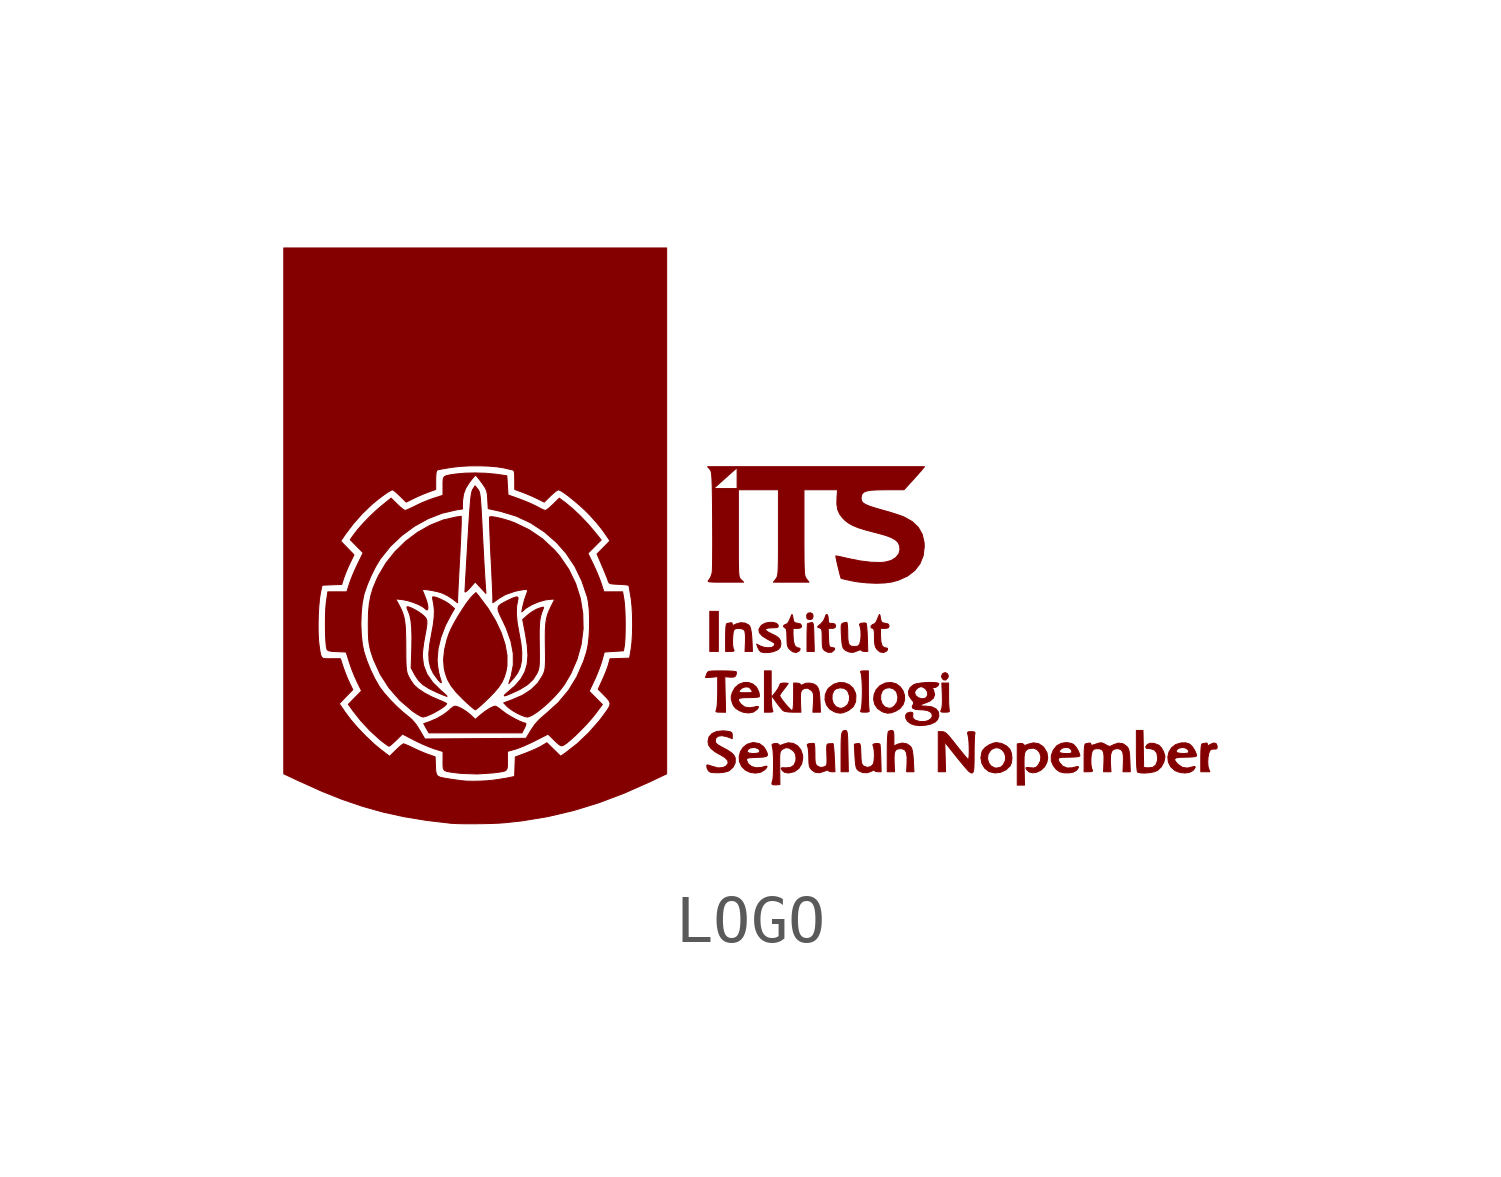
<source format=kicad_sym>
(kicad_symbol_lib
  (version 20231120)
  (generator "kicad_symbol_editor")
  (generator_version "8.0")
  (symbol "LOGO"
    (pin_names
      (offset 1.016))
    (property "Reference" "#G"
      (at 0 5.415 0)
      (effects (font (size 1.27 1.27)) (hide yes)))
    (symbol "LOGO_0_0"
      (polyline (pts (xy -0.676 -2.004) (xy -0.676 -1.583) (xy -0.766 -1.583) (xy -0.855 -1.583) (xy -0.855 -2.004) (xy -0.855 -2.425) (xy -0.766 -2.425) (xy -0.676 -2.425) (xy -0.676 -2.004)) (stroke (width 0.01) (type default)) (fill (type outline)))
      (polyline (pts (xy 1.301 -1.737) (xy 1.315 -1.685) (xy 1.303 -1.635) (xy 1.257 -1.613) (xy 1.209 -1.621) (xy 1.179 -1.662) (xy 1.184 -1.725) (xy 1.203 -1.748) (xy 1.257 -1.757) (xy 1.301 -1.737)) (stroke (width 0.01) (type default)) (fill (type outline)))
      (polyline (pts (xy 4.146 -2.979) (xy 4.156 -2.935) (xy 4.135 -2.892) (xy 4.093 -2.87) (xy 4.047 -2.884) (xy 4.031 -2.899) (xy 4.01 -2.953) (xy 4.039 -3.007) (xy 4.056 -3.022) (xy 4.101 -3.026) (xy 4.146 -2.979)) (stroke (width 0.01) (type default)) (fill (type outline)))
      (polyline (pts (xy 0.455 -3.698) (xy 0.472 -3.684) (xy 0.46 -3.652) (xy 0.457 -3.642) (xy 0.448 -3.583) (xy 0.44 -3.486) (xy 0.436 -3.361) (xy 0.434 -3.218) (xy 0.434 -2.834) (xy 0.364 -2.834) (xy 0.293 -2.834) (xy 0.293 -3.268) (xy 0.293 -3.701) (xy 0.39 -3.701) (xy 0.398 -3.701) (xy 0.455 -3.698)) (stroke (width 0.01) (type default)) (fill (type outline)))
      (polyline (pts (xy 1.332 -2.116) (xy 1.329 -1.995) (xy 1.325 -1.905) (xy 1.318 -1.851) (xy 1.308 -1.825) (xy 1.292 -1.818) (xy 1.268 -1.822) (xy 1.232 -1.831) (xy 1.2 -1.838) (xy 1.195 -1.859) (xy 1.191 -1.922) (xy 1.188 -2.016) (xy 1.187 -2.131) (xy 1.187 -2.425) (xy 1.264 -2.425) (xy 1.34 -2.425) (xy 1.332 -2.116)) (stroke (width 0.01) (type default)) (fill (type outline)))
      (polyline (pts (xy 2.047 -4.518) (xy 2.046 -4.455) (xy 2.043 -4.313) (xy 2.039 -4.212) (xy 2.033 -4.146) (xy 2.024 -4.107) (xy 2.012 -4.089) (xy 1.996 -4.085) (xy 1.972 -4.087) (xy 1.944 -4.098) (xy 1.925 -4.125) (xy 1.913 -4.176) (xy 1.906 -4.257) (xy 1.903 -4.375) (xy 1.902 -4.538) (xy 1.902 -4.952) (xy 1.978 -4.952) (xy 2.055 -4.952) (xy 2.047 -4.518)) (stroke (width 0.01) (type default)) (fill (type outline)))
      (polyline (pts (xy 4.146 -3.699) (xy 4.177 -3.687) (xy 4.176 -3.661) (xy 4.172 -3.637) (xy 4.166 -3.568) (xy 4.162 -3.47) (xy 4.161 -3.355) (xy 4.161 -3.089) (xy 4.09 -3.089) (xy 4.019 -3.089) (xy 4.029 -3.341) (xy 4.029 -3.346) (xy 4.031 -3.486) (xy 4.024 -3.588) (xy 4.01 -3.647) (xy 4.002 -3.662) (xy 3.996 -3.689) (xy 4.021 -3.7) (xy 4.086 -3.701) (xy 4.146 -3.699)) (stroke (width 0.01) (type default)) (fill (type outline)))
      (polyline (pts (xy 2.461 -3.699) (xy 2.492 -3.687) (xy 2.492 -3.661) (xy 2.489 -3.647) (xy 2.484 -3.586) (xy 2.48 -3.489) (xy 2.477 -3.366) (xy 2.476 -3.227) (xy 2.476 -2.834) (xy 2.386 -2.834) (xy 2.329 -2.836) (xy 2.31 -2.85) (xy 2.322 -2.883) (xy 2.324 -2.886) (xy 2.333 -2.936) (xy 2.341 -3.023) (xy 2.347 -3.138) (xy 2.349 -3.268) (xy 2.349 -3.286) (xy 2.346 -3.415) (xy 2.34 -3.526) (xy 2.332 -3.609) (xy 2.322 -3.652) (xy 2.317 -3.662) (xy 2.311 -3.688) (xy 2.336 -3.699) (xy 2.401 -3.701) (xy 2.461 -3.699)) (stroke (width 0.01) (type default)) (fill (type outline)))
      (polyline (pts (xy 9.619 -4.873) (xy 9.61 -4.838) (xy 9.604 -4.747) (xy 9.61 -4.648) (xy 9.627 -4.559) (xy 9.653 -4.501) (xy 9.684 -4.481) (xy 9.744 -4.474) (xy 9.758 -4.477) (xy 9.794 -4.469) (xy 9.803 -4.425) (xy 9.802 -4.413) (xy 9.78 -4.361) (xy 9.731 -4.348) (xy 9.662 -4.376) (xy 9.624 -4.399) (xy 9.602 -4.402) (xy 9.598 -4.376) (xy 9.592 -4.352) (xy 9.558 -4.35) (xy 9.537 -4.356) (xy 9.488 -4.365) (xy 9.476 -4.376) (xy 9.466 -4.426) (xy 9.46 -4.519) (xy 9.458 -4.659) (xy 9.458 -4.952) (xy 9.552 -4.952) (xy 9.647 -4.952) (xy 9.619 -4.873)) (stroke (width 0.01) (type default)) (fill (type outline)))
      (polyline (pts (xy -4.979 -2.992) (xy -4.97 -2.983) (xy -4.89 -2.873) (xy -4.836 -2.752) (xy -4.808 -2.612) (xy -4.804 -2.448) (xy -4.823 -2.252) (xy -4.866 -2.016) (xy -4.901 -1.82) (xy -4.918 -1.635) (xy -4.913 -1.476) (xy -4.886 -1.334) (xy -4.882 -1.313) (xy -4.888 -1.284) (xy -4.923 -1.28) (xy -4.991 -1.303) (xy -5.098 -1.353) (xy -5.153 -1.381) (xy -5.237 -1.427) (xy -5.287 -1.468) (xy -5.305 -1.516) (xy -5.295 -1.58) (xy -5.258 -1.669) (xy -5.196 -1.794) (xy -5.127 -1.943) (xy -5.031 -2.213) (xy -4.983 -2.468) (xy -4.982 -2.71) (xy -5.027 -2.94) (xy -5.077 -3.102) (xy -4.979 -2.992)) (stroke (width 0.01) (type default)) (fill (type outline)))
      (polyline (pts (xy -0.532 -3.329) (xy -0.54 -2.957) (xy -0.432 -2.965) (xy -0.37 -2.966) (xy -0.327 -2.954) (xy -0.305 -2.922) (xy -0.297 -2.89) (xy -0.298 -2.853) (xy -0.323 -2.846) (xy -0.389 -2.839) (xy -0.485 -2.835) (xy -0.602 -2.834) (xy -0.709 -2.834) (xy -0.8 -2.836) (xy -0.857 -2.841) (xy -0.89 -2.852) (xy -0.907 -2.871) (xy -0.92 -2.899) (xy -0.936 -2.945) (xy -0.945 -2.972) (xy -0.936 -2.974) (xy -0.89 -2.973) (xy -0.817 -2.967) (xy -0.689 -2.955) (xy -0.689 -3.279) (xy -0.689 -3.288) (xy -0.692 -3.415) (xy -0.697 -3.526) (xy -0.706 -3.608) (xy -0.716 -3.652) (xy -0.722 -3.664) (xy -0.726 -3.689) (xy -0.7 -3.699) (xy -0.633 -3.701) (xy -0.523 -3.702) (xy -0.532 -3.329)) (stroke (width 0.01) (type default)) (fill (type outline)))
      (polyline (pts (xy -6.494 -3.074) (xy -6.504 -3.029) (xy -6.526 -2.96) (xy -6.547 -2.878) (xy -6.567 -2.768) (xy -6.579 -2.654) (xy -6.582 -2.59) (xy -6.562 -2.365) (xy -6.503 -2.124) (xy -6.407 -1.874) (xy -6.275 -1.625) (xy -6.216 -1.526) (xy -6.315 -1.441) (xy -6.344 -1.418) (xy -6.416 -1.374) (xy -6.499 -1.332) (xy -6.579 -1.298) (xy -6.642 -1.279) (xy -6.676 -1.281) (xy -6.677 -1.286) (xy -6.675 -1.326) (xy -6.662 -1.392) (xy -6.653 -1.438) (xy -6.64 -1.562) (xy -6.644 -1.706) (xy -6.665 -1.878) (xy -6.704 -2.088) (xy -6.739 -2.285) (xy -6.757 -2.472) (xy -6.751 -2.629) (xy -6.718 -2.766) (xy -6.659 -2.89) (xy -6.571 -3.01) (xy -6.554 -3.03) (xy -6.515 -3.07) (xy -6.495 -3.083) (xy -6.494 -3.074)) (stroke (width 0.01) (type default)) (fill (type outline)))
      (polyline (pts (xy -4.748 -4.033) (xy -4.73 -3.996) (xy -4.715 -3.947) (xy -4.729 -3.931) (xy -4.767 -3.923) (xy -4.845 -3.892) (xy -4.941 -3.845) (xy -5.043 -3.788) (xy -5.138 -3.729) (xy -5.212 -3.674) (xy -5.269 -3.629) (xy -5.327 -3.589) (xy -5.36 -3.574) (xy -5.401 -3.583) (xy -5.478 -3.621) (xy -5.571 -3.681) (xy -5.667 -3.756) (xy -5.781 -3.853) (xy -5.871 -3.767) (xy -5.881 -3.757) (xy -5.965 -3.69) (xy -6.057 -3.631) (xy -6.142 -3.59) (xy -6.205 -3.574) (xy -6.208 -3.574) (xy -6.253 -3.594) (xy -6.306 -3.638) (xy -6.344 -3.675) (xy -6.457 -3.759) (xy -6.593 -3.836) (xy -6.731 -3.896) (xy -6.864 -3.942) (xy -6.81 -4.039) (xy -6.755 -4.136) (xy -5.778 -4.136) (xy -4.8 -4.136) (xy -4.748 -4.033)) (stroke (width 0.01) (type default)) (fill (type outline)))
      (polyline (pts (xy 3.017 -4.747) (xy 3.015 -4.644) (xy 3.023 -4.554) (xy 3.046 -4.501) (xy 3.09 -4.474) (xy 3.156 -4.467) (xy 3.186 -4.47) (xy 3.241 -4.494) (xy 3.275 -4.55) (xy 3.289 -4.643) (xy 3.288 -4.78) (xy 3.279 -4.952) (xy 3.356 -4.952) (xy 3.433 -4.952) (xy 3.421 -4.713) (xy 3.414 -4.616) (xy 3.402 -4.522) (xy 3.385 -4.46) (xy 3.361 -4.42) (xy 3.288 -4.368) (xy 3.19 -4.349) (xy 3.089 -4.374) (xy 3.012 -4.412) (xy 3.012 -4.248) (xy 3.011 -4.183) (xy 3.006 -4.121) (xy 2.992 -4.092) (xy 2.968 -4.085) (xy 2.944 -4.087) (xy 2.897 -4.104) (xy 2.893 -4.111) (xy 2.885 -4.161) (xy 2.878 -4.253) (xy 2.873 -4.381) (xy 2.872 -4.538) (xy 2.872 -4.952) (xy 2.948 -4.952) (xy 3.025 -4.952) (xy 3.017 -4.747)) (stroke (width 0.01) (type default)) (fill (type outline)))
      (polyline (pts (xy -5.776 -3.65) (xy -5.742 -3.626) (xy -5.681 -3.575) (xy -5.601 -3.502) (xy -5.509 -3.414) (xy -5.389 -3.292) (xy -5.289 -3.175) (xy -5.218 -3.066) (xy -5.168 -2.954) (xy -5.132 -2.828) (xy -5.115 -2.727) (xy -5.114 -2.511) (xy -5.156 -2.277) (xy -5.237 -2.031) (xy -5.357 -1.777) (xy -5.514 -1.52) (xy -5.705 -1.264) (xy -5.767 -1.189) (xy -5.835 -1.252) (xy -5.889 -1.312) (xy -5.965 -1.412) (xy -6.049 -1.537) (xy -6.135 -1.674) (xy -6.216 -1.812) (xy -6.283 -1.939) (xy -6.33 -2.045) (xy -6.374 -2.172) (xy -6.426 -2.39) (xy -6.447 -2.596) (xy -6.434 -2.776) (xy -6.411 -2.878) (xy -6.362 -3.017) (xy -6.287 -3.147) (xy -6.183 -3.28) (xy -6.04 -3.427) (xy -6.031 -3.436) (xy -5.942 -3.519) (xy -5.864 -3.588) (xy -5.808 -3.634) (xy -5.779 -3.651) (xy -5.776 -3.65)) (stroke (width 0.01) (type default)) (fill (type outline)))
      (polyline (pts (xy 5.254 -4.964) (xy 5.366 -4.912) (xy 5.454 -4.827) (xy 5.48 -4.765) (xy 5.492 -4.666) (xy 5.48 -4.563) (xy 5.447 -4.479) (xy 5.376 -4.409) (xy 5.276 -4.359) (xy 5.169 -4.34) (xy 5.114 -4.347) (xy 5.019 -4.384) (xy 4.932 -4.441) (xy 4.875 -4.506) (xy 4.86 -4.54) (xy 4.839 -4.656) (xy 4.841 -4.673) (xy 4.978 -4.673) (xy 4.99 -4.584) (xy 5.04 -4.505) (xy 5.072 -4.478) (xy 5.149 -4.447) (xy 5.223 -4.455) (xy 5.287 -4.494) (xy 5.335 -4.557) (xy 5.359 -4.636) (xy 5.352 -4.722) (xy 5.308 -4.809) (xy 5.251 -4.859) (xy 5.169 -4.876) (xy 5.123 -4.87) (xy 5.049 -4.829) (xy 4.999 -4.759) (xy 4.978 -4.673) (xy 4.841 -4.673) (xy 4.859 -4.772) (xy 4.916 -4.873) (xy 5.006 -4.946) (xy 5.018 -4.951) (xy 5.133 -4.978) (xy 5.254 -4.964)) (stroke (width 0.01) (type default)) (fill (type outline)))
      (polyline (pts (xy -5.126 -3.349) (xy -5.041 -3.314) (xy -4.913 -3.256) (xy -4.835 -3.218) (xy -4.682 -3.122) (xy -4.569 -3.015) (xy -4.488 -2.89) (xy -4.485 -2.882) (xy -4.465 -2.839) (xy -4.451 -2.796) (xy -4.441 -2.744) (xy -4.436 -2.676) (xy -4.434 -2.582) (xy -4.434 -2.455) (xy -4.436 -2.285) (xy -4.438 -2.158) (xy -4.438 -1.997) (xy -4.433 -1.871) (xy -4.424 -1.771) (xy -4.408 -1.686) (xy -4.385 -1.608) (xy -4.353 -1.526) (xy -4.347 -1.509) (xy -4.351 -1.495) (xy -4.382 -1.499) (xy -4.451 -1.522) (xy -4.496 -1.54) (xy -4.591 -1.594) (xy -4.677 -1.658) (xy -4.785 -1.755) (xy -4.729 -2.047) (xy -4.689 -2.297) (xy -4.675 -2.511) (xy -4.691 -2.695) (xy -4.739 -2.856) (xy -4.82 -3.001) (xy -4.936 -3.138) (xy -5.091 -3.274) (xy -5.135 -3.31) (xy -5.171 -3.346) (xy -5.169 -3.359) (xy -5.126 -3.349)) (stroke (width 0.01) (type default)) (fill (type outline)))
      (polyline (pts (xy 1.016 -2.42) (xy 1.039 -2.392) (xy 1.04 -2.36) (xy 0.995 -2.349) (xy 0.974 -2.345) (xy 0.929 -2.303) (xy 0.902 -2.214) (xy 0.893 -2.079) (xy 0.893 -1.94) (xy 0.983 -1.94) (xy 1.021 -1.939) (xy 1.062 -1.925) (xy 1.072 -1.891) (xy 1.071 -1.88) (xy 1.05 -1.848) (xy 0.989 -1.833) (xy 0.98 -1.832) (xy 0.93 -1.821) (xy 0.905 -1.789) (xy 0.892 -1.723) (xy 0.882 -1.667) (xy 0.871 -1.649) (xy 0.858 -1.672) (xy 0.823 -1.759) (xy 0.795 -1.814) (xy 0.77 -1.843) (xy 0.74 -1.856) (xy 0.704 -1.873) (xy 0.692 -1.903) (xy 0.728 -1.931) (xy 0.737 -1.936) (xy 0.754 -1.967) (xy 0.763 -2.031) (xy 0.766 -2.135) (xy 0.766 -2.139) (xy 0.768 -2.24) (xy 0.777 -2.305) (xy 0.795 -2.349) (xy 0.829 -2.388) (xy 0.885 -2.431) (xy 0.956 -2.449) (xy 1.016 -2.42)) (stroke (width 0.01) (type default)) (fill (type outline)))
      (polyline (pts (xy 1.949 -3.712) (xy 2.034 -3.677) (xy 2.064 -3.662) (xy 2.158 -3.585) (xy 2.208 -3.481) (xy 2.214 -3.351) (xy 2.204 -3.298) (xy 2.153 -3.195) (xy 2.072 -3.123) (xy 1.972 -3.083) (xy 1.861 -3.079) (xy 1.75 -3.113) (xy 1.649 -3.189) (xy 1.617 -3.227) (xy 1.571 -3.332) (xy 1.566 -3.429) (xy 1.712 -3.429) (xy 1.714 -3.334) (xy 1.75 -3.248) (xy 1.801 -3.208) (xy 1.879 -3.19) (xy 1.96 -3.199) (xy 2.022 -3.236) (xy 2.049 -3.273) (xy 2.08 -3.364) (xy 2.076 -3.458) (xy 2.042 -3.541) (xy 1.976 -3.596) (xy 1.921 -3.618) (xy 1.878 -3.619) (xy 1.821 -3.599) (xy 1.791 -3.582) (xy 1.738 -3.517) (xy 1.712 -3.429) (xy 1.566 -3.429) (xy 1.565 -3.442) (xy 1.597 -3.548) (xy 1.664 -3.636) (xy 1.762 -3.694) (xy 1.815 -3.711) (xy 1.884 -3.722) (xy 1.949 -3.712)) (stroke (width 0.01) (type default)) (fill (type outline)))
      (polyline (pts (xy 2.956 -3.715) (xy 3.055 -3.677) (xy 3.14 -3.624) (xy 3.207 -3.539) (xy 3.237 -3.443) (xy 3.234 -3.342) (xy 3.201 -3.247) (xy 3.142 -3.165) (xy 3.059 -3.105) (xy 2.956 -3.077) (xy 2.836 -3.088) (xy 2.824 -3.092) (xy 2.717 -3.146) (xy 2.641 -3.228) (xy 2.597 -3.327) (xy 2.586 -3.429) (xy 2.733 -3.429) (xy 2.736 -3.334) (xy 2.771 -3.248) (xy 2.773 -3.245) (xy 2.835 -3.2) (xy 2.915 -3.187) (xy 2.995 -3.207) (xy 3.055 -3.258) (xy 3.074 -3.292) (xy 3.097 -3.392) (xy 3.08 -3.489) (xy 3.026 -3.567) (xy 2.966 -3.61) (xy 2.912 -3.62) (xy 2.842 -3.599) (xy 2.812 -3.582) (xy 2.759 -3.517) (xy 2.733 -3.429) (xy 2.586 -3.429) (xy 2.586 -3.433) (xy 2.609 -3.535) (xy 2.668 -3.624) (xy 2.764 -3.689) (xy 2.79 -3.7) (xy 2.875 -3.722) (xy 2.956 -3.715)) (stroke (width 0.01) (type default)) (fill (type outline)))
      (polyline (pts (xy 8.386 -4.971) (xy 8.479 -4.953) (xy 8.547 -4.926) (xy 8.55 -4.924) (xy 8.628 -4.85) (xy 8.683 -4.749) (xy 8.705 -4.644) (xy 8.702 -4.612) (xy 8.675 -4.53) (xy 8.632 -4.451) (xy 8.583 -4.4) (xy 8.567 -4.391) (xy 8.478 -4.357) (xy 8.396 -4.353) (xy 8.338 -4.378) (xy 8.331 -4.385) (xy 8.3 -4.432) (xy 8.315 -4.459) (xy 8.377 -4.467) (xy 8.403 -4.468) (xy 8.486 -4.495) (xy 8.536 -4.56) (xy 8.552 -4.663) (xy 8.548 -4.72) (xy 8.515 -4.809) (xy 8.45 -4.86) (xy 8.352 -4.871) (xy 8.258 -4.863) (xy 8.251 -4.474) (xy 8.244 -4.084) (xy 8.175 -4.084) (xy 8.105 -4.084) (xy 8.105 -4.512) (xy 8.105 -4.587) (xy 8.108 -4.734) (xy 8.113 -4.85) (xy 8.121 -4.926) (xy 8.13 -4.958) (xy 8.136 -4.962) (xy 8.197 -4.977) (xy 8.286 -4.98) (xy 8.386 -4.971)) (stroke (width 0.01) (type default)) (fill (type outline)))
      (polyline (pts (xy 2.854 -2.42) (xy 2.876 -2.393) (xy 2.878 -2.36) (xy 2.834 -2.349) (xy 2.805 -2.344) (xy 2.763 -2.304) (xy 2.739 -2.222) (xy 2.731 -2.095) (xy 2.731 -1.94) (xy 2.821 -1.94) (xy 2.859 -1.939) (xy 2.9 -1.925) (xy 2.91 -1.891) (xy 2.909 -1.88) (xy 2.888 -1.848) (xy 2.827 -1.833) (xy 2.818 -1.832) (xy 2.768 -1.821) (xy 2.743 -1.789) (xy 2.73 -1.723) (xy 2.72 -1.667) (xy 2.709 -1.649) (xy 2.696 -1.672) (xy 2.661 -1.759) (xy 2.634 -1.814) (xy 2.608 -1.843) (xy 2.578 -1.856) (xy 2.561 -1.863) (xy 2.532 -1.893) (xy 2.532 -1.925) (xy 2.566 -1.94) (xy 2.579 -1.944) (xy 2.594 -1.97) (xy 2.602 -2.028) (xy 2.604 -2.128) (xy 2.604 -2.184) (xy 2.611 -2.274) (xy 2.627 -2.335) (xy 2.657 -2.383) (xy 2.659 -2.386) (xy 2.723 -2.437) (xy 2.793 -2.449) (xy 2.854 -2.42)) (stroke (width 0.01) (type default)) (fill (type outline)))
      (polyline (pts (xy 1.702 -2.443) (xy 1.754 -2.401) (xy 1.768 -2.376) (xy 1.763 -2.354) (xy 1.716 -2.344) (xy 1.689 -2.34) (xy 1.664 -2.327) (xy 1.651 -2.297) (xy 1.644 -2.237) (xy 1.639 -2.138) (xy 1.632 -1.94) (xy 1.709 -1.94) (xy 1.731 -1.94) (xy 1.775 -1.926) (xy 1.787 -1.889) (xy 1.786 -1.876) (xy 1.766 -1.846) (xy 1.71 -1.838) (xy 1.661 -1.834) (xy 1.638 -1.81) (xy 1.634 -1.75) (xy 1.627 -1.683) (xy 1.608 -1.649) (xy 1.586 -1.656) (xy 1.566 -1.709) (xy 1.565 -1.713) (xy 1.531 -1.786) (xy 1.471 -1.852) (xy 1.446 -1.871) (xy 1.412 -1.903) (xy 1.414 -1.919) (xy 1.449 -1.931) (xy 1.468 -1.937) (xy 1.489 -1.954) (xy 1.5 -1.99) (xy 1.505 -2.054) (xy 1.506 -2.159) (xy 1.506 -2.207) (xy 1.509 -2.296) (xy 1.518 -2.352) (xy 1.535 -2.386) (xy 1.563 -2.411) (xy 1.63 -2.444) (xy 1.702 -2.443)) (stroke (width 0.01) (type default)) (fill (type outline)))
      (polyline (pts (xy -6.373 -3.368) (xy -6.391 -3.346) (xy -6.438 -3.302) (xy -6.507 -3.242) (xy -6.676 -3.076) (xy -6.797 -2.901) (xy -6.869 -2.714) (xy -6.893 -2.514) (xy -6.891 -2.473) (xy -6.881 -2.367) (xy -6.864 -2.241) (xy -6.841 -2.113) (xy -6.83 -2.056) (xy -6.808 -1.931) (xy -6.797 -1.843) (xy -6.798 -1.782) (xy -6.812 -1.737) (xy -6.841 -1.699) (xy -6.885 -1.658) (xy -6.897 -1.648) (xy -6.966 -1.598) (xy -7.046 -1.55) (xy -7.123 -1.512) (xy -7.184 -1.489) (xy -7.216 -1.489) (xy -7.216 -1.49) (xy -7.212 -1.522) (xy -7.189 -1.577) (xy -7.16 -1.648) (xy -7.133 -1.768) (xy -7.117 -1.924) (xy -7.111 -2.121) (xy -7.114 -2.363) (xy -7.128 -2.77) (xy -7.055 -2.907) (xy -7.041 -2.933) (xy -6.968 -3.038) (xy -6.878 -3.125) (xy -6.757 -3.203) (xy -6.597 -3.281) (xy -6.56 -3.297) (xy -6.471 -3.334) (xy -6.405 -3.36) (xy -6.374 -3.369) (xy -6.373 -3.368)) (stroke (width 0.01) (type default)) (fill (type outline)))
      (polyline (pts (xy 0.041 -2.425) (xy 0.031 -2.189) (xy 0.03 -2.169) (xy 0.02 -2.047) (xy 0.004 -1.952) (xy -0.015 -1.897) (xy -0.041 -1.867) (xy -0.117 -1.829) (xy -0.21 -1.822) (xy -0.303 -1.849) (xy -0.304 -1.85) (xy -0.357 -1.875) (xy -0.379 -1.874) (xy -0.383 -1.849) (xy -0.389 -1.825) (xy -0.423 -1.823) (xy -0.444 -1.829) (xy -0.493 -1.838) (xy -0.505 -1.849) (xy -0.515 -1.899) (xy -0.521 -1.992) (xy -0.523 -2.132) (xy -0.523 -2.425) (xy -0.427 -2.425) (xy -0.41 -2.425) (xy -0.358 -2.421) (xy -0.344 -2.406) (xy -0.36 -2.37) (xy -0.364 -2.359) (xy -0.375 -2.294) (xy -0.378 -2.203) (xy -0.373 -2.106) (xy -0.363 -2.021) (xy -0.346 -1.968) (xy -0.345 -1.967) (xy -0.305 -1.946) (xy -0.24 -1.941) (xy -0.174 -1.952) (xy -0.129 -1.977) (xy -0.116 -2.007) (xy -0.106 -2.091) (xy -0.106 -2.22) (xy -0.115 -2.425) (xy -0.037 -2.425) (xy 0.041 -2.425)) (stroke (width 0.01) (type default)) (fill (type outline)))
      (polyline (pts (xy -5.573 -0.98) (xy -5.574 -0.963) (xy -5.58 -0.867) (xy -5.588 -0.731) (xy -5.598 -0.564) (xy -5.608 -0.374) (xy -5.619 -0.171) (xy -5.63 0.038) (xy -5.633 0.1) (xy -5.644 0.323) (xy -5.654 0.502) (xy -5.662 0.642) (xy -5.67 0.748) (xy -5.678 0.827) (xy -5.686 0.884) (xy -5.696 0.923) (xy -5.707 0.952) (xy -5.721 0.974) (xy -5.739 0.995) (xy -5.785 1.053) (xy -5.831 0.982) (xy -5.835 0.977) (xy -5.846 0.95) (xy -5.857 0.912) (xy -5.867 0.856) (xy -5.877 0.778) (xy -5.886 0.673) (xy -5.897 0.536) (xy -5.909 0.363) (xy -5.922 0.148) (xy -5.938 -0.113) (xy -5.942 -0.189) (xy -5.955 -0.409) (xy -5.967 -0.612) (xy -5.977 -0.792) (xy -5.986 -0.944) (xy -5.992 -1.062) (xy -5.997 -1.141) (xy -5.998 -1.174) (xy -5.998 -1.174) (xy -5.984 -1.175) (xy -5.945 -1.145) (xy -5.89 -1.087) (xy -5.782 -0.964) (xy -5.669 -1.086) (xy -5.557 -1.207) (xy -5.573 -0.98)) (stroke (width 0.01) (type default)) (fill (type outline)))
      (polyline (pts (xy 0.385 -2.448) (xy 0.479 -2.43) (xy 0.555 -2.4) (xy 0.59 -2.377) (xy 0.628 -2.33) (xy 0.638 -2.264) (xy 0.63 -2.2) (xy 0.597 -2.146) (xy 0.532 -2.098) (xy 0.425 -2.046) (xy 0.377 -2.022) (xy 0.322 -1.984) (xy 0.318 -1.954) (xy 0.363 -1.935) (xy 0.457 -1.929) (xy 0.504 -1.928) (xy 0.559 -1.923) (xy 0.581 -1.908) (xy 0.582 -1.877) (xy 0.58 -1.87) (xy 0.545 -1.835) (xy 0.479 -1.816) (xy 0.397 -1.814) (xy 0.315 -1.83) (xy 0.247 -1.864) (xy 0.216 -1.893) (xy 0.176 -1.962) (xy 0.187 -2.032) (xy 0.249 -2.102) (xy 0.361 -2.171) (xy 0.435 -2.21) (xy 0.49 -2.242) (xy 0.51 -2.257) (xy 0.508 -2.268) (xy 0.495 -2.308) (xy 0.488 -2.319) (xy 0.441 -2.342) (xy 0.366 -2.348) (xy 0.282 -2.337) (xy 0.203 -2.31) (xy 0.129 -2.271) (xy 0.155 -2.341) (xy 0.181 -2.394) (xy 0.212 -2.431) (xy 0.222 -2.436) (xy 0.292 -2.45) (xy 0.385 -2.448)) (stroke (width 0.01) (type default)) (fill (type outline)))
      (polyline (pts (xy 5.748 -4.925) (xy 5.747 -4.894) (xy 5.745 -4.747) (xy 5.747 -4.64) (xy 5.756 -4.568) (xy 5.774 -4.52) (xy 5.802 -4.49) (xy 5.841 -4.469) (xy 5.863 -4.462) (xy 5.95 -4.457) (xy 6.022 -4.49) (xy 6.074 -4.552) (xy 6.099 -4.633) (xy 6.091 -4.723) (xy 6.046 -4.811) (xy 6.041 -4.817) (xy 6 -4.858) (xy 5.953 -4.873) (xy 5.879 -4.869) (xy 5.834 -4.864) (xy 5.791 -4.864) (xy 5.784 -4.877) (xy 5.803 -4.911) (xy 5.852 -4.956) (xy 5.93 -4.975) (xy 6.017 -4.961) (xy 6.102 -4.918) (xy 6.175 -4.85) (xy 6.223 -4.761) (xy 6.243 -4.667) (xy 6.227 -4.551) (xy 6.161 -4.442) (xy 6.148 -4.427) (xy 6.054 -4.364) (xy 5.944 -4.345) (xy 5.832 -4.373) (xy 5.792 -4.391) (xy 5.753 -4.398) (xy 5.735 -4.38) (xy 5.715 -4.361) (xy 5.663 -4.357) (xy 5.603 -4.369) (xy 5.603 -4.801) (xy 5.603 -5.233) (xy 5.68 -5.233) (xy 5.756 -5.233) (xy 5.748 -4.925)) (stroke (width 0.01) (type default)) (fill (type outline)))
      (polyline (pts (xy -0.561 -4.964) (xy -0.473 -4.942) (xy -0.443 -4.926) (xy -0.366 -4.857) (xy -0.322 -4.766) (xy -0.32 -4.67) (xy -0.322 -4.661) (xy -0.347 -4.607) (xy -0.398 -4.555) (xy -0.482 -4.499) (xy -0.606 -4.432) (xy -0.625 -4.422) (xy -0.696 -4.38) (xy -0.731 -4.343) (xy -0.74 -4.3) (xy -0.728 -4.247) (xy -0.678 -4.205) (xy -0.599 -4.194) (xy -0.495 -4.216) (xy -0.383 -4.257) (xy -0.383 -4.186) (xy -0.384 -4.162) (xy -0.395 -4.129) (xy -0.431 -4.111) (xy -0.504 -4.099) (xy -0.58 -4.093) (xy -0.709 -4.106) (xy -0.808 -4.15) (xy -0.871 -4.221) (xy -0.893 -4.316) (xy -0.879 -4.393) (xy -0.83 -4.464) (xy -0.743 -4.534) (xy -0.611 -4.609) (xy -0.536 -4.654) (xy -0.478 -4.714) (xy -0.469 -4.774) (xy -0.51 -4.83) (xy -0.576 -4.864) (xy -0.683 -4.872) (xy -0.809 -4.837) (xy -0.828 -4.83) (xy -0.884 -4.812) (xy -0.913 -4.81) (xy -0.92 -4.832) (xy -0.91 -4.882) (xy -0.883 -4.932) (xy -0.849 -4.96) (xy -0.784 -4.971) (xy -0.673 -4.974) (xy -0.561 -4.964)) (stroke (width 0.01) (type default)) (fill (type outline)))
      (polyline (pts (xy 2.248 -2.412) (xy 2.255 -2.408) (xy 2.304 -2.391) (xy 2.323 -2.399) (xy 2.342 -2.417) (xy 2.393 -2.425) (xy 2.463 -2.425) (xy 2.455 -2.138) (xy 2.451 -2.036) (xy 2.444 -1.936) (xy 2.437 -1.865) (xy 2.429 -1.834) (xy 2.399 -1.826) (xy 2.343 -1.83) (xy 2.316 -1.836) (xy 2.288 -1.855) (xy 2.298 -1.89) (xy 2.306 -1.911) (xy 2.319 -1.988) (xy 2.322 -2.086) (xy 2.315 -2.182) (xy 2.298 -2.257) (xy 2.289 -2.279) (xy 2.253 -2.314) (xy 2.188 -2.323) (xy 2.184 -2.323) (xy 2.122 -2.317) (xy 2.08 -2.294) (xy 2.056 -2.245) (xy 2.045 -2.162) (xy 2.042 -2.037) (xy 2.042 -1.99) (xy 2.038 -1.899) (xy 2.031 -1.836) (xy 2.023 -1.813) (xy 2.002 -1.816) (xy 1.951 -1.827) (xy 1.934 -1.833) (xy 1.915 -1.849) (xy 1.905 -1.884) (xy 1.904 -1.947) (xy 1.907 -2.05) (xy 1.911 -2.114) (xy 1.919 -2.228) (xy 1.93 -2.304) (xy 1.947 -2.354) (xy 1.973 -2.386) (xy 2.011 -2.411) (xy 2.075 -2.439) (xy 2.156 -2.445) (xy 2.248 -2.412)) (stroke (width 0.01) (type default)) (fill (type outline)))
      (polyline (pts (xy 4.67 -4.97) (xy 4.685 -4.93) (xy 4.693 -4.857) (xy 4.696 -4.743) (xy 4.697 -4.584) (xy 4.697 -4.512) (xy 4.699 -4.38) (xy 4.703 -4.269) (xy 4.707 -4.189) (xy 4.713 -4.15) (xy 4.716 -4.132) (xy 4.697 -4.114) (xy 4.638 -4.11) (xy 4.619 -4.11) (xy 4.57 -4.115) (xy 4.558 -4.138) (xy 4.571 -4.193) (xy 4.581 -4.247) (xy 4.589 -4.331) (xy 4.593 -4.429) (xy 4.594 -4.527) (xy 4.592 -4.613) (xy 4.586 -4.673) (xy 4.576 -4.696) (xy 4.57 -4.693) (xy 4.537 -4.659) (xy 4.482 -4.594) (xy 4.41 -4.506) (xy 4.328 -4.403) (xy 4.257 -4.312) (xy 4.184 -4.223) (xy 4.131 -4.164) (xy 4.09 -4.13) (xy 4.056 -4.114) (xy 4.022 -4.11) (xy 3.944 -4.11) (xy 3.944 -4.531) (xy 3.944 -4.952) (xy 4.021 -4.952) (xy 4.097 -4.952) (xy 4.089 -4.641) (xy 4.081 -4.329) (xy 4.314 -4.622) (xy 4.347 -4.663) (xy 4.431 -4.766) (xy 4.503 -4.852) (xy 4.558 -4.915) (xy 4.588 -4.946) (xy 4.617 -4.967) (xy 4.649 -4.98) (xy 4.67 -4.97)) (stroke (width 0.01) (type default)) (fill (type outline)))
      (polyline (pts (xy 2.547 -4.938) (xy 2.587 -4.918) (xy 2.604 -4.925) (xy 2.623 -4.944) (xy 2.674 -4.952) (xy 2.744 -4.952) (xy 2.737 -4.678) (xy 2.734 -4.588) (xy 2.729 -4.486) (xy 2.724 -4.411) (xy 2.72 -4.376) (xy 2.72 -4.375) (xy 2.69 -4.359) (xy 2.632 -4.359) (xy 2.594 -4.367) (xy 2.569 -4.384) (xy 2.579 -4.417) (xy 2.584 -4.431) (xy 2.598 -4.501) (xy 2.603 -4.594) (xy 2.599 -4.69) (xy 2.587 -4.769) (xy 2.578 -4.793) (xy 2.528 -4.844) (xy 2.457 -4.861) (xy 2.384 -4.838) (xy 2.367 -4.826) (xy 2.344 -4.798) (xy 2.33 -4.756) (xy 2.322 -4.685) (xy 2.318 -4.576) (xy 2.317 -4.564) (xy 2.313 -4.461) (xy 2.307 -4.399) (xy 2.296 -4.368) (xy 2.277 -4.359) (xy 2.246 -4.361) (xy 2.204 -4.368) (xy 2.182 -4.374) (xy 2.182 -4.385) (xy 2.184 -4.438) (xy 2.189 -4.522) (xy 2.194 -4.629) (xy 2.2 -4.723) (xy 2.209 -4.809) (xy 2.221 -4.865) (xy 2.24 -4.901) (xy 2.268 -4.929) (xy 2.27 -4.931) (xy 2.358 -4.97) (xy 2.458 -4.973) (xy 2.547 -4.938)) (stroke (width 0.01) (type default)) (fill (type outline)))
      (polyline (pts (xy 0.213 -4.963) (xy 0.297 -4.912) (xy 0.325 -4.883) (xy 0.349 -4.844) (xy 0.331 -4.833) (xy 0.27 -4.849) (xy 0.224 -4.863) (xy 0.118 -4.869) (xy 0.024 -4.843) (xy -0.047 -4.788) (xy -0.082 -4.71) (xy -0.083 -4.691) (xy -0.072 -4.673) (xy -0.039 -4.662) (xy 0.027 -4.656) (xy 0.134 -4.651) (xy 0.165 -4.65) (xy 0.27 -4.644) (xy 0.332 -4.63) (xy 0.357 -4.604) (xy 0.35 -4.56) (xy 0.319 -4.493) (xy 0.277 -4.429) (xy 0.188 -4.362) (xy 0.075 -4.34) (xy 0.041 -4.341) (xy -0.068 -4.374) (xy -0.153 -4.44) (xy -0.209 -4.526) (xy -0.071 -4.526) (xy -0.055 -4.486) (xy -0.006 -4.454) (xy 0.064 -4.442) (xy 0.094 -4.444) (xy 0.157 -4.465) (xy 0.194 -4.502) (xy 0.192 -4.543) (xy 0.184 -4.55) (xy 0.136 -4.564) (xy 0.064 -4.569) (xy 0.034 -4.569) (xy -0.031 -4.559) (xy -0.065 -4.543) (xy -0.071 -4.526) (xy -0.209 -4.526) (xy -0.211 -4.529) (xy -0.238 -4.632) (xy -0.232 -4.738) (xy -0.188 -4.838) (xy -0.105 -4.92) (xy -0.008 -4.965) (xy 0.106 -4.981) (xy 0.213 -4.963)) (stroke (width 0.01) (type default)) (fill (type outline)))
      (polyline (pts (xy 9.222 -4.965) (xy 9.292 -4.927) (xy 9.314 -4.903) (xy 9.342 -4.859) (xy 9.329 -4.84) (xy 9.278 -4.851) (xy 9.181 -4.875) (xy 9.075 -4.862) (xy 8.984 -4.801) (xy 8.963 -4.78) (xy 8.917 -4.723) (xy 8.908 -4.684) (xy 8.94 -4.661) (xy 9.015 -4.649) (xy 9.139 -4.646) (xy 9.169 -4.646) (xy 9.275 -4.642) (xy 9.344 -4.633) (xy 9.369 -4.62) (xy 9.364 -4.585) (xy 9.332 -4.507) (xy 9.283 -4.43) (xy 9.23 -4.377) (xy 9.216 -4.368) (xy 9.143 -4.345) (xy 9.043 -4.347) (xy 8.931 -4.381) (xy 8.845 -4.448) (xy 8.798 -4.525) (xy 8.941 -4.525) (xy 8.957 -4.485) (xy 9.006 -4.454) (xy 9.077 -4.442) (xy 9.127 -4.45) (xy 9.179 -4.479) (xy 9.206 -4.517) (xy 9.197 -4.553) (xy 9.174 -4.563) (xy 9.114 -4.569) (xy 9.043 -4.567) (xy 8.98 -4.558) (xy 8.947 -4.543) (xy 8.941 -4.525) (xy 8.798 -4.525) (xy 8.789 -4.539) (xy 8.766 -4.643) (xy 8.777 -4.749) (xy 8.826 -4.847) (xy 8.914 -4.926) (xy 8.922 -4.931) (xy 9.019 -4.967) (xy 9.125 -4.979) (xy 9.222 -4.965)) (stroke (width 0.01) (type default)) (fill (type outline)))
      (polyline (pts (xy 1.558 -4.939) (xy 1.565 -4.935) (xy 1.614 -4.918) (xy 1.634 -4.926) (xy 1.653 -4.944) (xy 1.704 -4.952) (xy 1.774 -4.952) (xy 1.761 -4.652) (xy 1.755 -4.537) (xy 1.747 -4.443) (xy 1.738 -4.38) (xy 1.73 -4.359) (xy 1.707 -4.363) (xy 1.653 -4.365) (xy 1.651 -4.365) (xy 1.625 -4.368) (xy 1.609 -4.382) (xy 1.601 -4.418) (xy 1.6 -4.486) (xy 1.604 -4.595) (xy 1.605 -4.619) (xy 1.607 -4.719) (xy 1.605 -4.782) (xy 1.595 -4.817) (xy 1.575 -4.837) (xy 1.543 -4.851) (xy 1.476 -4.863) (xy 1.413 -4.838) (xy 1.396 -4.825) (xy 1.373 -4.799) (xy 1.36 -4.758) (xy 1.354 -4.691) (xy 1.353 -4.586) (xy 1.353 -4.552) (xy 1.351 -4.459) (xy 1.346 -4.391) (xy 1.34 -4.361) (xy 1.309 -4.356) (xy 1.252 -4.36) (xy 1.216 -4.366) (xy 1.19 -4.383) (xy 1.2 -4.417) (xy 1.202 -4.421) (xy 1.214 -4.473) (xy 1.222 -4.558) (xy 1.225 -4.658) (xy 1.225 -4.671) (xy 1.228 -4.769) (xy 1.236 -4.833) (xy 1.255 -4.877) (xy 1.288 -4.915) (xy 1.354 -4.961) (xy 1.449 -4.974) (xy 1.558 -4.939)) (stroke (width 0.01) (type default)) (fill (type outline)))
      (polyline (pts (xy 0.618 -5.22) (xy 0.614 -4.872) (xy 0.614 -4.848) (xy 0.613 -4.715) (xy 0.614 -4.623) (xy 0.619 -4.562) (xy 0.629 -4.525) (xy 0.645 -4.501) (xy 0.668 -4.482) (xy 0.738 -4.448) (xy 0.808 -4.453) (xy 0.885 -4.503) (xy 0.915 -4.532) (xy 0.948 -4.59) (xy 0.956 -4.672) (xy 0.951 -4.729) (xy 0.913 -4.814) (xy 0.84 -4.862) (xy 0.735 -4.871) (xy 0.699 -4.868) (xy 0.651 -4.87) (xy 0.645 -4.89) (xy 0.674 -4.933) (xy 0.716 -4.963) (xy 0.789 -4.978) (xy 0.802 -4.978) (xy 0.921 -4.951) (xy 1.014 -4.884) (xy 1.076 -4.784) (xy 1.098 -4.659) (xy 1.094 -4.604) (xy 1.057 -4.492) (xy 0.989 -4.407) (xy 0.897 -4.356) (xy 0.792 -4.344) (xy 0.682 -4.377) (xy 0.656 -4.39) (xy 0.616 -4.4) (xy 0.598 -4.382) (xy 0.573 -4.362) (xy 0.511 -4.36) (xy 0.471 -4.368) (xy 0.45 -4.388) (xy 0.461 -4.433) (xy 0.471 -4.486) (xy 0.478 -4.573) (xy 0.483 -4.684) (xy 0.484 -4.806) (xy 0.482 -4.927) (xy 0.478 -5.033) (xy 0.471 -5.114) (xy 0.461 -5.155) (xy 0.451 -5.177) (xy 0.451 -5.214) (xy 0.483 -5.227) (xy 0.541 -5.228) (xy 0.618 -5.22)) (stroke (width 0.01) (type default)) (fill (type outline)))
      (polyline (pts (xy 6.78 -4.96) (xy 6.841 -4.927) (xy 6.863 -4.903) (xy 6.891 -4.859) (xy 6.878 -4.84) (xy 6.827 -4.851) (xy 6.765 -4.869) (xy 6.651 -4.874) (xy 6.556 -4.835) (xy 6.488 -4.756) (xy 6.484 -4.748) (xy 6.464 -4.701) (xy 6.468 -4.671) (xy 6.502 -4.655) (xy 6.573 -4.648) (xy 6.688 -4.646) (xy 6.718 -4.646) (xy 6.825 -4.642) (xy 6.894 -4.633) (xy 6.918 -4.62) (xy 6.913 -4.586) (xy 6.883 -4.51) (xy 6.836 -4.434) (xy 6.787 -4.381) (xy 6.741 -4.357) (xy 6.637 -4.339) (xy 6.529 -4.355) (xy 6.437 -4.404) (xy 6.431 -4.409) (xy 6.358 -4.502) (xy 6.346 -4.535) (xy 6.484 -4.535) (xy 6.506 -4.485) (xy 6.56 -4.452) (xy 6.628 -4.44) (xy 6.693 -4.451) (xy 6.737 -4.489) (xy 6.749 -4.521) (xy 6.747 -4.553) (xy 6.742 -4.557) (xy 6.697 -4.569) (xy 6.631 -4.571) (xy 6.561 -4.566) (xy 6.506 -4.554) (xy 6.484 -4.536) (xy 6.484 -4.535) (xy 6.346 -4.535) (xy 6.318 -4.612) (xy 6.318 -4.721) (xy 6.32 -4.73) (xy 6.36 -4.822) (xy 6.423 -4.902) (xy 6.494 -4.953) (xy 6.497 -4.954) (xy 6.588 -4.975) (xy 6.689 -4.976) (xy 6.78 -4.96)) (stroke (width 0.01) (type default)) (fill (type outline)))
      (polyline (pts (xy 0.059 -3.699) (xy 0.135 -3.646) (xy 0.155 -3.621) (xy 0.168 -3.587) (xy 0.141 -3.579) (xy 0.069 -3.595) (xy -0.022 -3.609) (xy -0.126 -3.591) (xy -0.205 -3.529) (xy -0.207 -3.526) (xy -0.247 -3.469) (xy -0.254 -3.431) (xy -0.226 -3.408) (xy -0.156 -3.398) (xy -0.04 -3.395) (xy -0.003 -3.395) (xy 0.09 -3.391) (xy 0.158 -3.385) (xy 0.186 -3.376) (xy 0.186 -3.376) (xy 0.187 -3.339) (xy 0.175 -3.279) (xy 0.175 -3.277) (xy 0.125 -3.176) (xy 0.048 -3.109) (xy -0.045 -3.077) (xy -0.145 -3.079) (xy -0.242 -3.115) (xy -0.324 -3.185) (xy -0.372 -3.27) (xy -0.241 -3.27) (xy -0.23 -3.242) (xy -0.183 -3.196) (xy -0.11 -3.17) (xy -0.04 -3.174) (xy -0.013 -3.193) (xy 0.025 -3.241) (xy 0.027 -3.244) (xy 0.037 -3.272) (xy 0.026 -3.286) (xy -0.018 -3.292) (xy -0.102 -3.293) (xy -0.108 -3.293) (xy -0.19 -3.292) (xy -0.231 -3.285) (xy -0.241 -3.27) (xy -0.372 -3.27) (xy -0.382 -3.289) (xy -0.382 -3.29) (xy -0.404 -3.365) (xy -0.404 -3.426) (xy -0.382 -3.504) (xy -0.357 -3.564) (xy -0.309 -3.622) (xy -0.23 -3.671) (xy -0.157 -3.701) (xy -0.042 -3.718) (xy 0.059 -3.699)) (stroke (width 0.01) (type default)) (fill (type outline)))
      (polyline (pts (xy 7.901 -4.952) (xy 7.977 -4.952) (xy 7.969 -4.716) (xy 7.968 -4.703) (xy 7.962 -4.588) (xy 7.951 -4.512) (xy 7.934 -4.461) (xy 7.908 -4.424) (xy 7.826 -4.365) (xy 7.727 -4.35) (xy 7.626 -4.384) (xy 7.601 -4.398) (xy 7.555 -4.418) (xy 7.515 -4.413) (xy 7.456 -4.381) (xy 7.428 -4.365) (xy 7.378 -4.345) (xy 7.33 -4.347) (xy 7.258 -4.37) (xy 7.237 -4.378) (xy 7.179 -4.395) (xy 7.154 -4.393) (xy 7.148 -4.372) (xy 7.142 -4.352) (xy 7.107 -4.35) (xy 7.087 -4.356) (xy 7.037 -4.365) (xy 7.026 -4.376) (xy 7.015 -4.426) (xy 7.009 -4.519) (xy 7.007 -4.659) (xy 7.007 -4.952) (xy 7.104 -4.952) (xy 7.111 -4.952) (xy 7.169 -4.949) (xy 7.186 -4.935) (xy 7.174 -4.903) (xy 7.166 -4.884) (xy 7.152 -4.806) (xy 7.149 -4.708) (xy 7.155 -4.61) (xy 7.173 -4.533) (xy 7.183 -4.509) (xy 7.219 -4.476) (xy 7.284 -4.467) (xy 7.34 -4.472) (xy 7.387 -4.493) (xy 7.415 -4.541) (xy 7.425 -4.623) (xy 7.424 -4.747) (xy 7.416 -4.952) (xy 7.493 -4.952) (xy 7.571 -4.952) (xy 7.561 -4.78) (xy 7.559 -4.712) (xy 7.564 -4.596) (xy 7.587 -4.521) (xy 7.63 -4.48) (xy 7.695 -4.467) (xy 7.738 -4.471) (xy 7.79 -4.494) (xy 7.82 -4.546) (xy 7.833 -4.633) (xy 7.832 -4.763) (xy 7.824 -4.952) (xy 7.901 -4.952)) (stroke (width 0.01) (type default)) (fill (type outline)))
      (polyline (pts (xy 1.05 -3.489) (xy 1.048 -3.392) (xy 1.051 -3.314) (xy 1.063 -3.265) (xy 1.084 -3.233) (xy 1.134 -3.2) (xy 1.206 -3.198) (xy 1.279 -3.245) (xy 1.287 -3.253) (xy 1.311 -3.287) (xy 1.324 -3.33) (xy 1.326 -3.397) (xy 1.322 -3.5) (xy 1.31 -3.701) (xy 1.39 -3.701) (xy 1.469 -3.701) (xy 1.461 -3.504) (xy 1.455 -3.385) (xy 1.446 -3.289) (xy 1.431 -3.224) (xy 1.41 -3.177) (xy 1.378 -3.139) (xy 1.323 -3.107) (xy 1.242 -3.09) (xy 1.159 -3.094) (xy 1.1 -3.121) (xy 1.071 -3.14) (xy 1.054 -3.121) (xy 1.029 -3.099) (xy 0.974 -3.089) (xy 0.906 -3.089) (xy 0.906 -3.374) (xy 0.906 -3.434) (xy 0.901 -3.561) (xy 0.892 -3.639) (xy 0.877 -3.669) (xy 0.867 -3.666) (xy 0.83 -3.635) (xy 0.777 -3.58) (xy 0.72 -3.513) (xy 0.667 -3.445) (xy 0.628 -3.387) (xy 0.613 -3.352) (xy 0.621 -3.334) (xy 0.653 -3.284) (xy 0.702 -3.219) (xy 0.739 -3.172) (xy 0.777 -3.121) (xy 0.791 -3.098) (xy 0.791 -3.097) (xy 0.761 -3.091) (xy 0.702 -3.089) (xy 0.683 -3.089) (xy 0.629 -3.1) (xy 0.613 -3.13) (xy 0.608 -3.148) (xy 0.58 -3.204) (xy 0.534 -3.27) (xy 0.455 -3.37) (xy 0.551 -3.504) (xy 0.599 -3.568) (xy 0.651 -3.633) (xy 0.686 -3.67) (xy 0.719 -3.684) (xy 0.794 -3.697) (xy 0.892 -3.701) (xy 1.059 -3.701) (xy 1.05 -3.489)) (stroke (width 0.01) (type default)) (fill (type outline)))
      (polyline (pts (xy 3.675 -3.975) (xy 3.786 -3.951) (xy 3.875 -3.911) (xy 3.929 -3.858) (xy 3.956 -3.78) (xy 3.947 -3.697) (xy 3.896 -3.632) (xy 3.806 -3.589) (xy 3.681 -3.574) (xy 3.632 -3.573) (xy 3.575 -3.567) (xy 3.566 -3.554) (xy 3.606 -3.532) (xy 3.695 -3.499) (xy 3.767 -3.469) (xy 3.841 -3.407) (xy 3.868 -3.332) (xy 3.846 -3.243) (xy 3.829 -3.205) (xy 3.824 -3.18) (xy 3.845 -3.183) (xy 3.889 -3.18) (xy 3.936 -3.149) (xy 3.957 -3.105) (xy 3.956 -3.102) (xy 3.927 -3.087) (xy 3.861 -3.079) (xy 3.772 -3.076) (xy 3.671 -3.08) (xy 3.573 -3.089) (xy 3.488 -3.103) (xy 3.43 -3.122) (xy 3.355 -3.182) (xy 3.318 -3.263) (xy 3.321 -3.289) (xy 3.446 -3.289) (xy 3.447 -3.281) (xy 3.473 -3.23) (xy 3.523 -3.185) (xy 3.576 -3.165) (xy 3.613 -3.171) (xy 3.674 -3.207) (xy 3.714 -3.266) (xy 3.724 -3.332) (xy 3.696 -3.39) (xy 3.663 -3.412) (xy 3.594 -3.419) (xy 3.524 -3.397) (xy 3.468 -3.351) (xy 3.446 -3.289) (xy 3.321 -3.289) (xy 3.327 -3.352) (xy 3.384 -3.437) (xy 3.409 -3.464) (xy 3.431 -3.505) (xy 3.419 -3.538) (xy 3.396 -3.577) (xy 3.407 -3.617) (xy 3.465 -3.642) (xy 3.57 -3.651) (xy 3.623 -3.652) (xy 3.716 -3.666) (xy 3.779 -3.697) (xy 3.809 -3.73) (xy 3.82 -3.785) (xy 3.793 -3.836) (xy 3.735 -3.877) (xy 3.654 -3.899) (xy 3.558 -3.897) (xy 3.555 -3.897) (xy 3.459 -3.869) (xy 3.41 -3.824) (xy 3.407 -3.761) (xy 3.411 -3.741) (xy 3.404 -3.709) (xy 3.358 -3.701) (xy 3.353 -3.702) (xy 3.289 -3.721) (xy 3.258 -3.766) (xy 3.261 -3.826) (xy 3.296 -3.889) (xy 3.364 -3.942) (xy 3.446 -3.971) (xy 3.557 -3.983) (xy 3.675 -3.975)) (stroke (width 0.01) (type default)) (fill (type outline)))
      (polyline (pts (xy -4.649 -3.795) (xy -4.564 -3.753) (xy -4.46 -3.682) (xy -4.344 -3.589) (xy -4.224 -3.481) (xy -4.108 -3.363) (xy -4.002 -3.243) (xy -3.914 -3.127) (xy -3.776 -2.895) (xy -3.643 -2.589) (xy -3.556 -2.273) (xy -3.516 -1.951) (xy -3.523 -1.629) (xy -3.575 -1.31) (xy -3.673 -1) (xy -3.817 -0.703) (xy -4.006 -0.426) (xy -4.119 -0.294) (xy -4.366 -0.063) (xy -4.645 0.128) (xy -4.954 0.277) (xy -5.048 0.312) (xy -5.162 0.347) (xy -5.274 0.377) (xy -5.372 0.397) (xy -5.444 0.406) (xy -5.479 0.401) (xy -5.481 0.393) (xy -5.482 0.342) (xy -5.48 0.249) (xy -5.476 0.121) (xy -5.47 -0.036) (xy -5.462 -0.216) (xy -5.453 -0.413) (xy -5.448 -0.499) (xy -5.438 -0.696) (xy -5.43 -0.878) (xy -5.422 -1.037) (xy -5.417 -1.166) (xy -5.413 -1.259) (xy -5.412 -1.308) (xy -5.412 -1.402) (xy -5.27 -1.303) (xy -5.15 -1.232) (xy -4.952 -1.163) (xy -4.858 -1.143) (xy -4.762 -1.126) (xy -4.705 -1.125) (xy -4.681 -1.139) (xy -4.685 -1.168) (xy -4.689 -1.176) (xy -4.747 -1.339) (xy -4.785 -1.493) (xy -4.804 -1.595) (xy -4.744 -1.541) (xy -4.708 -1.512) (xy -4.592 -1.443) (xy -4.452 -1.384) (xy -4.308 -1.343) (xy -4.181 -1.328) (xy -4.111 -1.327) (xy -4.185 -1.474) (xy -4.191 -1.486) (xy -4.234 -1.577) (xy -4.265 -1.661) (xy -4.287 -1.748) (xy -4.301 -1.847) (xy -4.309 -1.969) (xy -4.311 -2.122) (xy -4.309 -2.317) (xy -4.307 -2.464) (xy -4.306 -2.598) (xy -4.309 -2.696) (xy -4.314 -2.768) (xy -4.323 -2.823) (xy -4.337 -2.868) (xy -4.356 -2.913) (xy -4.363 -2.927) (xy -4.466 -3.09) (xy -4.609 -3.229) (xy -4.793 -3.348) (xy -5.024 -3.447) (xy -5.184 -3.505) (xy -5.114 -3.579) (xy -5.067 -3.619) (xy -4.984 -3.676) (xy -4.892 -3.728) (xy -4.814 -3.764) (xy -4.738 -3.793) (xy -4.691 -3.804) (xy -4.649 -3.795)) (stroke (width 0.01) (type default)) (fill (type outline)))
      (polyline (pts (xy -6.874 -3.802) (xy -6.813 -3.787) (xy -6.729 -3.753) (xy -6.635 -3.706) (xy -6.542 -3.653) (xy -6.461 -3.601) (xy -6.404 -3.555) (xy -6.382 -3.523) (xy -6.383 -3.521) (xy -6.415 -3.501) (xy -6.48 -3.471) (xy -6.567 -3.435) (xy -6.699 -3.377) (xy -6.848 -3.298) (xy -6.973 -3.216) (xy -7.062 -3.137) (xy -7.08 -3.115) (xy -7.13 -3.043) (xy -7.177 -2.961) (xy -7.183 -2.95) (xy -7.202 -2.909) (xy -7.216 -2.865) (xy -7.226 -2.812) (xy -7.233 -2.741) (xy -7.237 -2.643) (xy -7.239 -2.511) (xy -7.24 -2.336) (xy -7.24 -2.278) (xy -7.243 -2.086) (xy -7.249 -1.934) (xy -7.26 -1.813) (xy -7.277 -1.713) (xy -7.302 -1.627) (xy -7.335 -1.545) (xy -7.379 -1.458) (xy -7.453 -1.321) (xy -7.308 -1.338) (xy -7.298 -1.339) (xy -7.197 -1.36) (xy -7.085 -1.395) (xy -6.978 -1.438) (xy -6.891 -1.482) (xy -6.839 -1.522) (xy -6.808 -1.551) (xy -6.783 -1.549) (xy -6.775 -1.511) (xy -6.782 -1.445) (xy -6.806 -1.357) (xy -6.844 -1.254) (xy -6.86 -1.218) (xy -6.883 -1.159) (xy -6.893 -1.129) (xy -6.883 -1.124) (xy -6.837 -1.125) (xy -6.762 -1.134) (xy -6.672 -1.149) (xy -6.581 -1.169) (xy -6.502 -1.19) (xy -6.459 -1.207) (xy -6.357 -1.258) (xy -6.266 -1.317) (xy -6.152 -1.404) (xy -6.152 -1.321) (xy -6.15 -1.28) (xy -6.146 -1.193) (xy -6.141 -1.07) (xy -6.133 -0.919) (xy -6.124 -0.747) (xy -6.114 -0.562) (xy -6.105 -0.402) (xy -6.096 -0.219) (xy -6.088 -0.052) (xy -6.082 0.09) (xy -6.078 0.198) (xy -6.076 0.265) (xy -6.076 0.414) (xy -6.191 0.397) (xy -6.454 0.336) (xy -6.729 0.226) (xy -6.994 0.076) (xy -7.241 -0.11) (xy -7.464 -0.327) (xy -7.656 -0.568) (xy -7.811 -0.83) (xy -7.858 -0.929) (xy -7.928 -1.098) (xy -7.976 -1.258) (xy -8.007 -1.426) (xy -8.024 -1.614) (xy -8.028 -1.838) (xy -8.028 -1.901) (xy -8.026 -2.05) (xy -8.021 -2.166) (xy -8.01 -2.259) (xy -7.994 -2.344) (xy -7.971 -2.433) (xy -7.917 -2.595) (xy -7.775 -2.907) (xy -7.59 -3.194) (xy -7.363 -3.453) (xy -7.097 -3.68) (xy -7.077 -3.694) (xy -6.994 -3.749) (xy -6.923 -3.788) (xy -6.88 -3.803) (xy -6.874 -3.802)) (stroke (width 0.01) (type default)) (fill (type outline)))
      (polyline (pts (xy 2.817 -0.987) (xy 2.966 -0.967) (xy 3.108 -0.928) (xy 3.298 -0.842) (xy 3.449 -0.726) (xy 3.559 -0.583) (xy 3.627 -0.415) (xy 3.65 -0.223) (xy 3.646 -0.135) (xy 3.606 0.037) (xy 3.524 0.181) (xy 3.398 0.301) (xy 3.227 0.398) (xy 3.151 0.427) (xy 3.04 0.464) (xy 2.909 0.505) (xy 2.774 0.543) (xy 2.62 0.587) (xy 2.497 0.627) (xy 2.411 0.664) (xy 2.358 0.7) (xy 2.331 0.74) (xy 2.323 0.786) (xy 2.326 0.831) (xy 2.343 0.883) (xy 2.379 0.92) (xy 2.442 0.945) (xy 2.537 0.961) (xy 2.67 0.968) (xy 2.848 0.97) (xy 3.223 0.97) (xy 3.369 1.13) (xy 3.384 1.145) (xy 3.462 1.232) (xy 3.534 1.313) (xy 3.585 1.372) (xy 3.655 1.455) (xy 1.377 1.455) (xy -0.901 1.455) (xy -0.853 1.401) (xy -0.851 1.399) (xy -0.839 1.382) (xy -0.829 1.359) (xy -0.821 1.325) (xy -0.815 1.274) (xy -0.81 1.202) (xy -0.806 1.103) (xy -0.803 0.996) (xy -0.775 0.996) (xy -0.623 1.132) (xy -0.62 1.135) (xy -0.531 1.214) (xy -0.444 1.292) (xy -0.377 1.351) (xy -0.281 1.435) (xy -0.281 1.215) (xy -0.281 0.996) (xy -0.528 0.996) (xy -0.775 0.996) (xy -0.803 0.996) (xy -0.803 0.974) (xy -0.8 0.808) (xy -0.798 0.601) (xy -0.796 0.348) (xy -0.796 0.307) (xy -0.795 0.083) (xy -0.794 -0.128) (xy -0.795 -0.319) (xy -0.796 -0.484) (xy -0.798 -0.617) (xy -0.801 -0.712) (xy -0.804 -0.761) (xy -0.809 -0.785) (xy -0.835 -0.865) (xy -0.87 -0.921) (xy -0.882 -0.934) (xy -0.891 -0.949) (xy -0.882 -0.959) (xy -0.848 -0.965) (xy -0.782 -0.969) (xy -0.679 -0.97) (xy -0.531 -0.97) (xy -0.144 -0.97) (xy -0.199 -0.918) (xy -0.204 -0.913) (xy -0.218 -0.898) (xy -0.229 -0.879) (xy -0.238 -0.851) (xy -0.244 -0.807) (xy -0.249 -0.744) (xy -0.252 -0.656) (xy -0.254 -0.537) (xy -0.255 -0.383) (xy -0.255 -0.189) (xy -0.255 0.052) (xy -0.255 0.97) (xy 0.166 0.97) (xy 0.587 0.97) (xy 0.587 0.067) (xy 0.587 -0.163) (xy 0.587 -0.358) (xy 0.585 -0.512) (xy 0.583 -0.631) (xy 0.58 -0.72) (xy 0.575 -0.784) (xy 0.568 -0.829) (xy 0.559 -0.861) (xy 0.548 -0.883) (xy 0.534 -0.903) (xy 0.481 -0.97) (xy 0.855 -0.97) (xy 1.229 -0.97) (xy 1.176 -0.903) (xy 1.163 -0.884) (xy 1.151 -0.862) (xy 1.142 -0.831) (xy 1.135 -0.786) (xy 1.131 -0.723) (xy 1.127 -0.635) (xy 1.125 -0.517) (xy 1.124 -0.365) (xy 1.123 -0.172) (xy 1.123 0.067) (xy 1.123 0.97) (xy 1.476 0.97) (xy 1.828 0.97) (xy 1.817 0.818) (xy 1.817 0.814) (xy 1.814 0.668) (xy 1.831 0.555) (xy 1.873 0.461) (xy 1.942 0.371) (xy 1.981 0.332) (xy 2.057 0.272) (xy 2.149 0.22) (xy 2.266 0.172) (xy 2.418 0.125) (xy 2.611 0.074) (xy 2.651 0.064) (xy 2.824 0.016) (xy 2.953 -0.031) (xy 3.043 -0.081) (xy 3.1 -0.136) (xy 3.131 -0.202) (xy 3.14 -0.282) (xy 3.117 -0.374) (xy 3.051 -0.456) (xy 2.951 -0.516) (xy 2.825 -0.549) (xy 2.728 -0.557) (xy 2.525 -0.551) (xy 2.294 -0.523) (xy 2.045 -0.472) (xy 1.976 -0.456) (xy 1.884 -0.435) (xy 1.819 -0.422) (xy 1.792 -0.42) (xy 1.792 -0.423) (xy 1.798 -0.46) (xy 1.812 -0.53) (xy 1.832 -0.618) (xy 1.855 -0.711) (xy 1.876 -0.796) (xy 1.893 -0.86) (xy 1.903 -0.889) (xy 1.91 -0.892) (xy 1.956 -0.904) (xy 2.035 -0.922) (xy 2.135 -0.944) (xy 2.253 -0.965) (xy 2.444 -0.985) (xy 2.638 -0.993) (xy 2.817 -0.987)) (stroke (width 0.01) (type default)) (fill (type outline)))
      (polyline (pts (xy -5.628 -6.043) (xy -5.449 -6.039) (xy -5.287 -6.032) (xy -5.157 -6.023) (xy -4.797 -5.984) (xy -4.254 -5.894) (xy -3.72 -5.768) (xy -3.186 -5.604) (xy -2.644 -5.399) (xy -2.087 -5.151) (xy -1.761 -4.996) (xy -1.761 0.527) (xy -1.761 6.05) (xy -5.782 6.05) (xy -9.803 6.05) (xy -9.803 0.527) (xy -9.803 -1.851) (xy -9.082 -1.851) (xy -9.078 -1.661) (xy -9.067 -1.477) (xy -9.052 -1.314) (xy -9.032 -1.187) (xy -8.998 -1.034) (xy -8.792 -1.026) (xy -8.586 -1.019) (xy -8.544 -0.886) (xy -8.511 -0.796) (xy -8.465 -0.683) (xy -8.415 -0.574) (xy -8.328 -0.396) (xy -8.468 -0.252) (xy -8.608 -0.108) (xy -8.506 0.042) (xy -8.344 0.256) (xy -8.155 0.469) (xy -7.96 0.656) (xy -7.923 0.688) (xy -7.82 0.772) (xy -7.718 0.849) (xy -7.629 0.912) (xy -7.559 0.954) (xy -7.519 0.97) (xy -7.518 0.97) (xy -7.486 0.95) (xy -7.43 0.904) (xy -7.363 0.84) (xy -7.231 0.711) (xy -7.081 0.786) (xy -7.012 0.819) (xy -6.887 0.874) (xy -6.771 0.919) (xy -6.612 0.977) (xy -6.612 1.175) (xy -6.611 1.231) (xy -6.606 1.318) (xy -6.594 1.367) (xy -6.574 1.388) (xy -6.542 1.395) (xy -6.469 1.409) (xy -6.367 1.426) (xy -6.248 1.445) (xy -6.082 1.463) (xy -5.889 1.473) (xy -5.688 1.474) (xy -5.494 1.467) (xy -5.32 1.452) (xy -5.182 1.43) (xy -5.153 1.423) (xy -5.07 1.404) (xy -5.01 1.391) (xy -4.994 1.386) (xy -4.971 1.371) (xy -4.959 1.339) (xy -4.954 1.278) (xy -4.952 1.177) (xy -4.952 0.977) (xy -4.793 0.919) (xy -4.721 0.891) (xy -4.595 0.838) (xy -4.483 0.786) (xy -4.333 0.711) (xy -4.202 0.84) (xy -4.196 0.846) (xy -4.127 0.909) (xy -4.069 0.953) (xy -4.035 0.97) (xy -3.997 0.956) (xy -3.926 0.913) (xy -3.834 0.846) (xy -3.728 0.762) (xy -3.616 0.667) (xy -3.505 0.567) (xy -3.405 0.469) (xy -3.343 0.403) (xy -3.24 0.288) (xy -3.146 0.173) (xy -3.074 0.077) (xy -2.951 -0.103) (xy -3.088 -0.241) (xy -3.224 -0.379) (xy -3.121 -0.617) (xy -3.094 -0.681) (xy -3.05 -0.787) (xy -3.014 -0.875) (xy -2.994 -0.932) (xy -2.982 -0.967) (xy -2.963 -0.991) (xy -2.927 -1.005) (xy -2.864 -1.011) (xy -2.761 -1.016) (xy -2.729 -1.017) (xy -2.639 -1.024) (xy -2.576 -1.032) (xy -2.552 -1.041) (xy -2.552 -1.048) (xy -2.544 -1.096) (xy -2.53 -1.176) (xy -2.513 -1.276) (xy -2.506 -1.318) (xy -2.489 -1.477) (xy -2.479 -1.664) (xy -2.476 -1.865) (xy -2.48 -2.063) (xy -2.491 -2.242) (xy -2.509 -2.387) (xy -2.54 -2.566) (xy -2.746 -2.573) (xy -2.951 -2.58) (xy -2.982 -2.696) (xy -2.986 -2.711) (xy -3.016 -2.798) (xy -3.059 -2.906) (xy -3.106 -3.015) (xy -3.199 -3.219) (xy -3.065 -3.355) (xy -3.008 -3.414) (xy -2.964 -3.471) (xy -2.949 -3.523) (xy -2.963 -3.58) (xy -3.007 -3.654) (xy -3.082 -3.758) (xy -3.172 -3.877) (xy -3.395 -4.131) (xy -3.634 -4.359) (xy -3.877 -4.549) (xy -3.987 -4.627) (xy -4.132 -4.485) (xy -4.276 -4.343) (xy -4.389 -4.41) (xy -4.407 -4.421) (xy -4.495 -4.465) (xy -4.606 -4.514) (xy -4.721 -4.56) (xy -4.94 -4.642) (xy -4.947 -4.847) (xy -4.954 -5.051) (xy -5.087 -5.079) (xy -5.176 -5.095) (xy -5.295 -5.114) (xy -5.412 -5.13) (xy -5.42 -5.131) (xy -5.548 -5.143) (xy -5.695 -5.15) (xy -5.843 -5.152) (xy -5.976 -5.149) (xy -6.076 -5.14) (xy -6.078 -5.14) (xy -6.138 -5.131) (xy -6.228 -5.118) (xy -6.331 -5.103) (xy -6.425 -5.088) (xy -6.515 -5.069) (xy -6.57 -5.043) (xy -6.599 -5) (xy -6.612 -4.933) (xy -6.617 -4.833) (xy -6.625 -4.638) (xy -6.763 -4.591) (xy -6.857 -4.555) (xy -6.972 -4.506) (xy -7.082 -4.455) (xy -7.103 -4.444) (xy -7.189 -4.404) (xy -7.255 -4.376) (xy -7.288 -4.365) (xy -7.289 -4.365) (xy -7.322 -4.386) (xy -7.378 -4.433) (xy -7.446 -4.497) (xy -7.58 -4.629) (xy -7.771 -4.483) (xy -7.914 -4.364) (xy -8.08 -4.207) (xy -8.245 -4.036) (xy -8.393 -3.864) (xy -8.512 -3.706) (xy -8.638 -3.522) (xy -8.496 -3.375) (xy -8.354 -3.229) (xy -8.427 -3.076) (xy -8.464 -2.995) (xy -8.515 -2.869) (xy -8.557 -2.751) (xy -8.613 -2.578) (xy -8.81 -2.578) (xy -8.855 -2.579) (xy -8.93 -2.578) (xy -8.98 -2.568) (xy -9.011 -2.541) (xy -9.031 -2.489) (xy -9.046 -2.403) (xy -9.064 -2.275) (xy -9.073 -2.191) (xy -9.081 -2.033) (xy -9.082 -1.851) (xy -9.803 -1.851) (xy -9.803 -4.996) (xy -9.49 -5.144) (xy -9.48 -5.148) (xy -9.012 -5.359) (xy -8.569 -5.536) (xy -8.137 -5.683) (xy -7.707 -5.803) (xy -7.265 -5.899) (xy -6.802 -5.975) (xy -6.305 -6.033) (xy -6.272 -6.036) (xy -6.148 -6.042) (xy -5.991 -6.045) (xy -5.814 -6.045) (xy -5.628 -6.043)) (stroke (width 0.01) (type default)) (fill (type outline)))
      (polyline (pts (xy -5.411 -4.977) (xy -5.35 -4.97) (xy -5.241 -4.955) (xy -5.17 -4.94) (xy -5.129 -4.915) (xy -5.111 -4.876) (xy -5.105 -4.815) (xy -5.106 -4.724) (xy -5.106 -4.525) (xy -4.948 -4.481) (xy -4.884 -4.46) (xy -4.772 -4.416) (xy -4.646 -4.36) (xy -4.521 -4.299) (xy -4.252 -4.162) (xy -4.118 -4.294) (xy -4.087 -4.324) (xy -4.027 -4.378) (xy -3.988 -4.404) (xy -3.956 -4.407) (xy -3.921 -4.392) (xy -3.862 -4.352) (xy -3.773 -4.278) (xy -3.668 -4.182) (xy -3.557 -4.072) (xy -3.446 -3.957) (xy -3.347 -3.846) (xy -3.267 -3.747) (xy -3.111 -3.54) (xy -3.25 -3.401) (xy -3.389 -3.261) (xy -3.279 -3.028) (xy -3.257 -2.982) (xy -3.203 -2.852) (xy -3.154 -2.723) (xy -3.12 -2.617) (xy -3.071 -2.438) (xy -2.87 -2.425) (xy -2.668 -2.412) (xy -2.65 -2.31) (xy -2.645 -2.274) (xy -2.637 -2.167) (xy -2.633 -2.028) (xy -2.631 -1.872) (xy -2.633 -1.711) (xy -2.638 -1.559) (xy -2.647 -1.43) (xy -2.658 -1.336) (xy -2.686 -1.174) (xy -2.882 -1.174) (xy -3.079 -1.174) (xy -3.135 -1) (xy -3.147 -0.964) (xy -3.191 -0.849) (xy -3.246 -0.719) (xy -3.303 -0.595) (xy -3.416 -0.364) (xy -3.276 -0.225) (xy -3.136 -0.085) (xy -3.288 0.104) (xy -3.407 0.244) (xy -3.57 0.416) (xy -3.736 0.573) (xy -3.891 0.701) (xy -4.016 0.794) (xy -4.147 0.665) (xy -4.152 0.66) (xy -4.22 0.597) (xy -4.276 0.553) (xy -4.309 0.536) (xy -4.339 0.545) (xy -4.402 0.573) (xy -4.48 0.615) (xy -4.509 0.63) (xy -4.611 0.679) (xy -4.734 0.731) (xy -4.856 0.778) (xy -5.093 0.862) (xy -5.106 1.063) (xy -5.118 1.264) (xy -5.322 1.294) (xy -5.354 1.298) (xy -5.56 1.317) (xy -5.783 1.324) (xy -6 1.319) (xy -6.191 1.301) (xy -6.308 1.284) (xy -6.385 1.268) (xy -6.431 1.245) (xy -6.452 1.207) (xy -6.459 1.145) (xy -6.459 1.051) (xy -6.459 0.855) (xy -6.648 0.795) (xy -6.652 0.794) (xy -6.774 0.75) (xy -6.91 0.694) (xy -7.031 0.636) (xy -7.064 0.619) (xy -7.152 0.577) (xy -7.22 0.547) (xy -7.256 0.536) (xy -7.257 0.536) (xy -7.292 0.556) (xy -7.349 0.602) (xy -7.418 0.665) (xy -7.549 0.795) (xy -7.743 0.638) (xy -7.856 0.542) (xy -7.994 0.411) (xy -8.13 0.271) (xy -8.249 0.136) (xy -8.34 0.018) (xy -8.407 -0.079) (xy -8.272 -0.216) (xy -8.136 -0.353) (xy -8.252 -0.591) (xy -8.278 -0.645) (xy -8.336 -0.774) (xy -8.387 -0.9) (xy -8.424 -1.002) (xy -8.479 -1.174) (xy -8.679 -1.174) (xy -8.878 -1.174) (xy -8.91 -1.396) (xy -8.913 -1.422) (xy -8.922 -1.53) (xy -8.927 -1.663) (xy -8.929 -1.81) (xy -8.929 -1.851) (xy -8.184 -1.851) (xy -8.177 -1.626) (xy -8.157 -1.416) (xy -8.122 -1.238) (xy -8.11 -1.197) (xy -8.047 -1.016) (xy -7.965 -0.825) (xy -7.874 -0.643) (xy -7.782 -0.491) (xy -7.77 -0.474) (xy -7.565 -0.218) (xy -7.325 0.009) (xy -7.059 0.204) (xy -6.773 0.363) (xy -6.475 0.479) (xy -6.171 0.549) (xy -6.05 0.567) (xy -6.05 0.686) (xy -6.048 0.737) (xy -6.029 0.878) (xy -5.982 1.003) (xy -5.9 1.132) (xy -5.896 1.137) (xy -5.841 1.207) (xy -5.798 1.257) (xy -5.775 1.276) (xy -5.772 1.275) (xy -5.745 1.248) (xy -5.699 1.192) (xy -5.642 1.116) (xy -5.618 1.082) (xy -5.568 1.006) (xy -5.54 0.941) (xy -5.526 0.868) (xy -5.519 0.766) (xy -5.509 0.574) (xy -5.259 0.519) (xy -5.25 0.517) (xy -4.926 0.419) (xy -4.617 0.275) (xy -4.33 0.087) (xy -4.071 -0.139) (xy -3.874 -0.362) (xy -3.69 -0.637) (xy -3.542 -0.943) (xy -3.426 -1.284) (xy -3.405 -1.389) (xy -3.387 -1.552) (xy -3.38 -1.738) (xy -3.381 -1.934) (xy -3.392 -2.124) (xy -3.412 -2.296) (xy -3.441 -2.433) (xy -3.506 -2.634) (xy -3.646 -2.956) (xy -3.822 -3.244) (xy -4.037 -3.501) (xy -4.292 -3.731) (xy -4.314 -3.749) (xy -4.434 -3.854) (xy -4.526 -3.956) (xy -4.605 -4.071) (xy -4.714 -4.25) (xy -5.777 -4.257) (xy -6.84 -4.264) (xy -6.952 -4.073) (xy -7.018 -3.969) (xy -7.107 -3.861) (xy -7.214 -3.77) (xy -7.303 -3.699) (xy -7.436 -3.577) (xy -7.57 -3.441) (xy -7.691 -3.304) (xy -7.784 -3.183) (xy -7.799 -3.16) (xy -7.891 -3) (xy -7.982 -2.811) (xy -8.062 -2.613) (xy -8.122 -2.425) (xy -8.152 -2.281) (xy -8.175 -2.075) (xy -8.184 -1.851) (xy -8.929 -1.851) (xy -8.928 -1.961) (xy -8.925 -2.104) (xy -8.918 -2.229) (xy -8.909 -2.324) (xy -8.897 -2.379) (xy -8.887 -2.395) (xy -8.854 -2.413) (xy -8.79 -2.424) (xy -8.686 -2.43) (xy -8.493 -2.438) (xy -8.424 -2.658) (xy -8.419 -2.673) (xy -8.372 -2.807) (xy -8.316 -2.947) (xy -8.262 -3.066) (xy -8.169 -3.253) (xy -8.308 -3.394) (xy -8.447 -3.536) (xy -8.35 -3.671) (xy -8.194 -3.87) (xy -7.996 -4.085) (xy -7.793 -4.27) (xy -7.754 -4.302) (xy -7.678 -4.36) (xy -7.621 -4.401) (xy -7.593 -4.416) (xy -7.591 -4.416) (xy -7.561 -4.397) (xy -7.508 -4.351) (xy -7.441 -4.288) (xy -7.311 -4.16) (xy -7.07 -4.285) (xy -7.011 -4.315) (xy -6.88 -4.376) (xy -6.75 -4.431) (xy -6.644 -4.47) (xy -6.458 -4.528) (xy -6.458 -4.727) (xy -6.459 -4.744) (xy -6.458 -4.831) (xy -6.451 -4.888) (xy -6.428 -4.924) (xy -6.38 -4.945) (xy -6.3 -4.96) (xy -6.178 -4.976) (xy -6.062 -4.988) (xy -5.735 -4.999) (xy -5.411 -4.977)) (stroke (width 0.01) (type default)) (fill (type outline))))))
</source>
